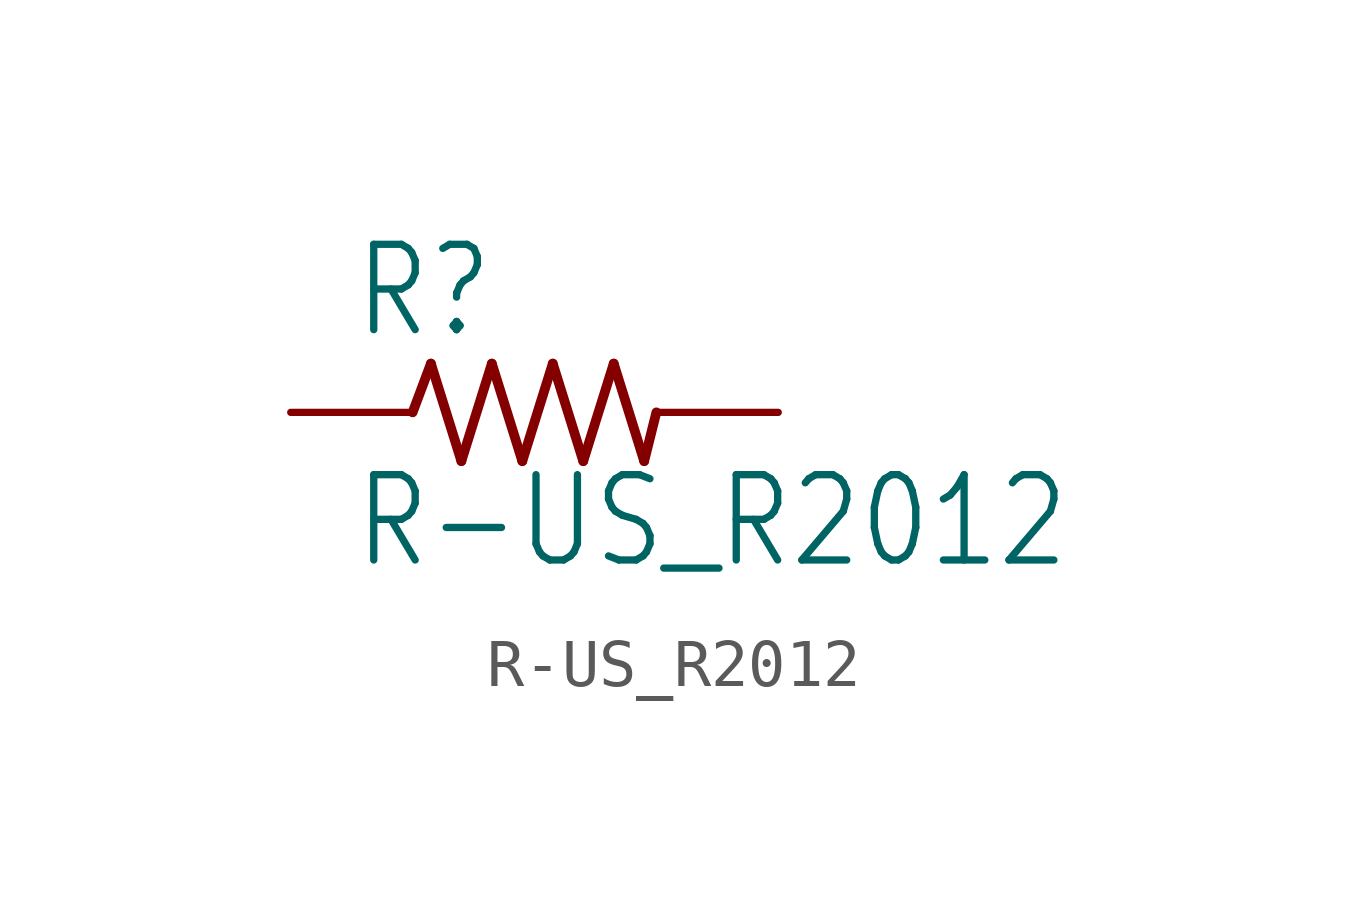
<source format=kicad_sym>
(kicad_symbol_lib
  (version 20211014)
  (generator kicad_symbol_editor)
  (symbol "R-US_R2012"
    (property "Reference" "R"
      (at -3.81 1.499 0)
      (effects (font (size 1.778 1.511)) (justify left bottom)))
    (property "Value" "R-US_R2012"
      (at -3.81 -3.302 0)
      (effects (font (size 1.778 1.511)) (justify left bottom)))
    (property "ki_locked" ""
      (at 0 0 0)
      (effects (font (size 1.27 1.27))))
    (symbol "R-US_R2012_1_0"
      (polyline (pts (xy -2.54 0) (xy -2.159 1.016)) (stroke (width 0.203) (type default) (color 0 0 0 0)) (fill (type none)))
      (polyline (pts (xy -2.159 1.016) (xy -1.524 -1.016)) (stroke (width 0.203) (type default) (color 0 0 0 0)) (fill (type none)))
      (polyline (pts (xy -1.524 -1.016) (xy -0.889 1.016)) (stroke (width 0.203) (type default) (color 0 0 0 0)) (fill (type none)))
      (polyline (pts (xy -0.889 1.016) (xy -0.254 -1.016)) (stroke (width 0.203) (type default) (color 0 0 0 0)) (fill (type none)))
      (polyline (pts (xy -0.254 -1.016) (xy 0.381 1.016)) (stroke (width 0.203) (type default) (color 0 0 0 0)) (fill (type none)))
      (polyline (pts (xy 0.381 1.016) (xy 1.016 -1.016)) (stroke (width 0.203) (type default) (color 0 0 0 0)) (fill (type none)))
      (polyline (pts (xy 1.016 -1.016) (xy 1.651 1.016)) (stroke (width 0.203) (type default) (color 0 0 0 0)) (fill (type none)))
      (polyline (pts (xy 1.651 1.016) (xy 2.286 -1.016)) (stroke (width 0.203) (type default) (color 0 0 0 0)) (fill (type none)))
      (polyline (pts (xy 2.286 -1.016) (xy 2.54 0)) (stroke (width 0.203) (type default) (color 0 0 0 0)) (fill (type none)))
      (pin passive line (at -5.08 0 0) (length 2.54) (name "1" (effects (font (size 0 0)))) (number "1" (effects (font (size 0 0)))))
      (pin passive line (at 5.08 0 180) (length 2.54) (name "2" (effects (font (size 0 0)))) (number "2" (effects (font (size 0 0))))))))
</source>
